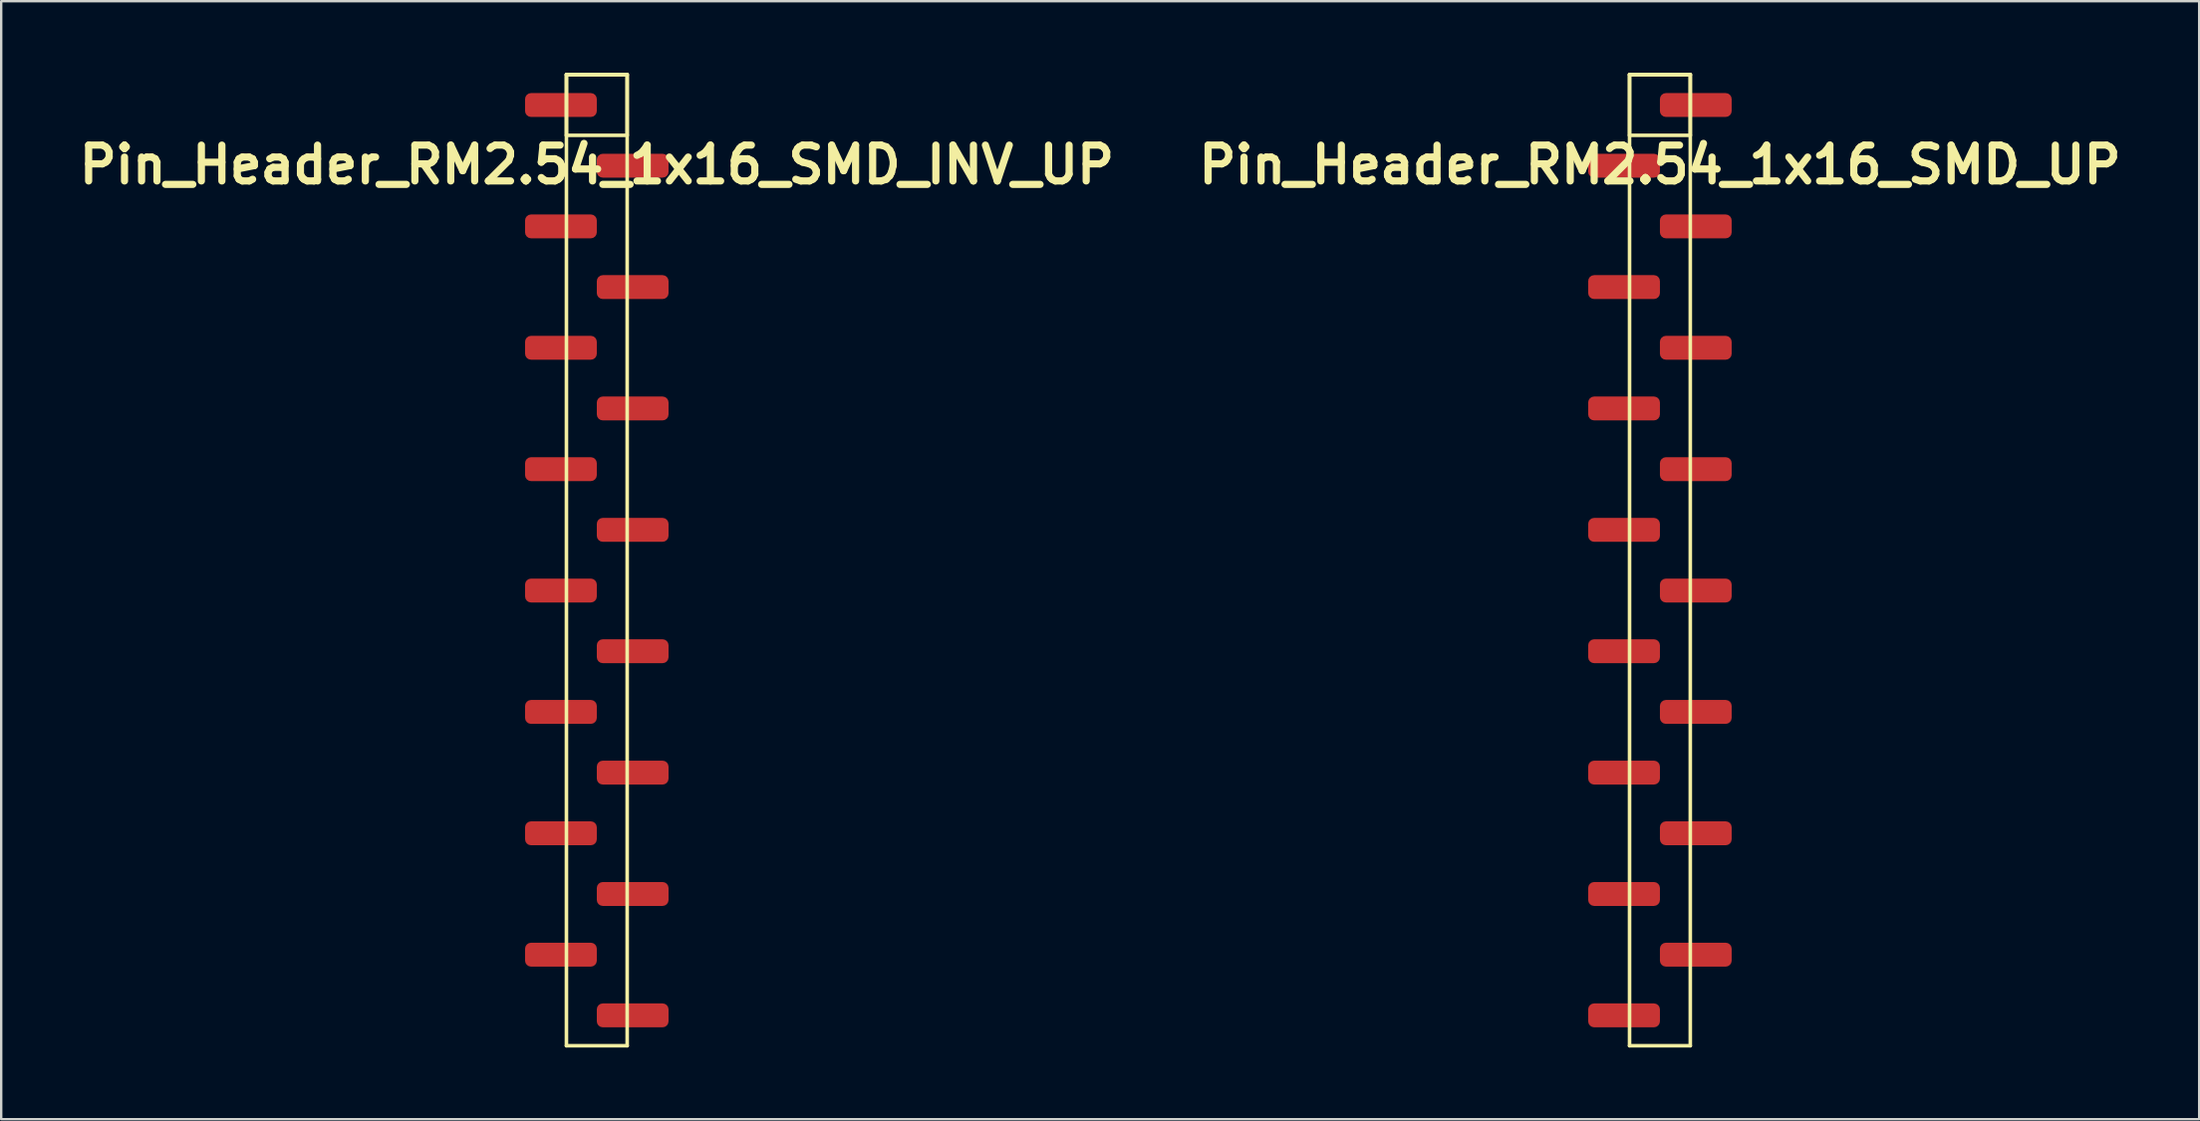
<source format=kicad_pcb>
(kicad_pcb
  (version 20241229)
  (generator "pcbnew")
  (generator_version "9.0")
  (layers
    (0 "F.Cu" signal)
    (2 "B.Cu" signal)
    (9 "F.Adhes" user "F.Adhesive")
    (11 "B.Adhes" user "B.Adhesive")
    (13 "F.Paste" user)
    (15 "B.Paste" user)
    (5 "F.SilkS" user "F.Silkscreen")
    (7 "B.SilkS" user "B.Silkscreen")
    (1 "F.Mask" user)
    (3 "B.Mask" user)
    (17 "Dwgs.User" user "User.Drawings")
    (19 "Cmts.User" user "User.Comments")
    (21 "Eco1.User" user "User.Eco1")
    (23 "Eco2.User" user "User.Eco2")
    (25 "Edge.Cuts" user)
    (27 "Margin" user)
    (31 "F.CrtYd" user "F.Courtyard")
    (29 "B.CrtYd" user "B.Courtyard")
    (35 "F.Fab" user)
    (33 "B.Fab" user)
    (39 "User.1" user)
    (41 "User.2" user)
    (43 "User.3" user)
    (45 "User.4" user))
  (footprint "Pin_Header_RM2.54_1x16_SMD_INV_UP"
    (layer "F.Cu")
    (at 21.907 1.345)
    (property "Reference" "Pin_Header_RM2.54_1x16_SMD_INV_UP" (at 0 2.5 0) (layer "F.SilkS") (effects (font (size 1.5 1.5) (thickness 0.3))))
    (attr through_hole)
    (fp_line (start -1.27 -1.27) (end 1.27 -1.27) (stroke (width 0.15) (type solid)) (layer "F.SilkS"))
    (fp_line (start -1.27 -1.27) (end 1.27 -1.27) (stroke (width 0.15) (type solid)) (layer "F.SilkS"))
    (fp_line (start -1.27 1.27) (end -1.27 -1.27) (stroke (width 0.15) (type solid)) (layer "F.SilkS"))
    (fp_line (start -1.27 39.37) (end -1.27 -1.27) (stroke (width 0.15) (type solid)) (layer "F.SilkS"))
    (fp_line (start 1.27 -1.27) (end 1.27 1.27) (stroke (width 0.15) (type solid)) (layer "F.SilkS"))
    (fp_line (start 1.27 -1.27) (end 1.27 39.37) (stroke (width 0.15) (type solid)) (layer "F.SilkS"))
    (fp_line (start 1.27 1.27) (end -1.27 1.27) (stroke (width 0.15) (type solid)) (layer "F.SilkS"))
    (fp_line (start 1.27 39.37) (end -1.27 39.37) (stroke (width 0.15) (type solid)) (layer "F.SilkS"))
    (pad "1" smd roundrect (at -1.5 0) (size 3 1) (layers "F.Cu" "F.Mask") (roundrect_rratio 0.25))
    (pad "2" smd roundrect (at 1.5 2.54) (size 3 1) (layers "F.Cu" "F.Mask") (roundrect_rratio 0.25))
    (pad "3" smd roundrect (at -1.5 5.08) (size 3 1) (layers "F.Cu" "F.Mask") (roundrect_rratio 0.25))
    (pad "4" smd roundrect (at 1.5 7.62) (size 3 1) (layers "F.Cu" "F.Mask") (roundrect_rratio 0.25))
    (pad "5" smd roundrect (at -1.5 10.16) (size 3 1) (layers "F.Cu" "F.Mask") (roundrect_rratio 0.25))
    (pad "6" smd roundrect (at 1.5 12.7) (size 3 1) (layers "F.Cu" "F.Mask") (roundrect_rratio 0.25))
    (pad "7" smd roundrect (at -1.5 15.24) (size 3 1) (layers "F.Cu" "F.Mask") (roundrect_rratio 0.25))
    (pad "8" smd roundrect (at 1.5 17.78) (size 3 1) (layers "F.Cu" "F.Mask") (roundrect_rratio 0.25))
    (pad "9" smd roundrect (at -1.5 20.32) (size 3 1) (layers "F.Cu" "F.Mask") (roundrect_rratio 0.25))
    (pad "10" smd roundrect (at 1.5 22.86) (size 3 1) (layers "F.Cu" "F.Mask") (roundrect_rratio 0.25))
    (pad "11" smd roundrect (at -1.5 25.4) (size 3 1) (layers "F.Cu" "F.Mask") (roundrect_rratio 0.25))
    (pad "12" smd roundrect (at 1.5 27.94) (size 3 1) (layers "F.Cu" "F.Mask") (roundrect_rratio 0.25))
    (pad "13" smd roundrect (at -1.5 30.48) (size 3 1) (layers "F.Cu" "F.Mask") (roundrect_rratio 0.25))
    (pad "14" smd roundrect (at 1.5 33.02) (size 3 1) (layers "F.Cu" "F.Mask") (roundrect_rratio 0.25))
    (pad "15" smd roundrect (at -1.5 35.56) (size 3 1) (layers "F.Cu" "F.Mask") (roundrect_rratio 0.25))
    (pad "16" smd roundrect (at 1.5 38.1) (size 3 1) (layers "F.Cu" "F.Mask") (roundrect_rratio 0.25)))
  (footprint "Pin_Header_RM2.54_1x16_SMD_UP"
    (layer "F.Cu")
    (at 66.364 1.345)
    (property "Reference" "Pin_Header_RM2.54_1x16_SMD_UP" (at 0 2.5 0) (layer "F.SilkS") (effects (font (size 1.5 1.5) (thickness 0.3))))
    (attr through_hole)
    (fp_line (start -1.27 -1.27) (end 1.27 -1.27) (stroke (width 0.15) (type solid)) (layer "F.SilkS"))
    (fp_line (start -1.27 -1.27) (end 1.27 -1.27) (stroke (width 0.15) (type solid)) (layer "F.SilkS"))
    (fp_line (start -1.27 1.27) (end -1.27 -1.27) (stroke (width 0.15) (type solid)) (layer "F.SilkS"))
    (fp_line (start -1.27 39.37) (end -1.27 -1.27) (stroke (width 0.15) (type solid)) (layer "F.SilkS"))
    (fp_line (start 1.27 -1.27) (end 1.27 1.27) (stroke (width 0.15) (type solid)) (layer "F.SilkS"))
    (fp_line (start 1.27 -1.27) (end 1.27 39.37) (stroke (width 0.15) (type solid)) (layer "F.SilkS"))
    (fp_line (start 1.27 1.27) (end -1.27 1.27) (stroke (width 0.15) (type solid)) (layer "F.SilkS"))
    (fp_line (start 1.27 39.37) (end -1.27 39.37) (stroke (width 0.15) (type solid)) (layer "F.SilkS"))
    (pad "1" smd roundrect (at 1.5 0) (size 3 1) (layers "F.Cu" "F.Mask") (roundrect_rratio 0.25))
    (pad "2" smd roundrect (at -1.5 2.54) (size 3 1) (layers "F.Cu" "F.Mask") (roundrect_rratio 0.25))
    (pad "3" smd roundrect (at 1.5 5.08) (size 3 1) (layers "F.Cu" "F.Mask") (roundrect_rratio 0.25))
    (pad "4" smd roundrect (at -1.5 7.62) (size 3 1) (layers "F.Cu" "F.Mask") (roundrect_rratio 0.25))
    (pad "5" smd roundrect (at 1.5 10.16) (size 3 1) (layers "F.Cu" "F.Mask") (roundrect_rratio 0.25))
    (pad "6" smd roundrect (at -1.5 12.7) (size 3 1) (layers "F.Cu" "F.Mask") (roundrect_rratio 0.25))
    (pad "7" smd roundrect (at 1.5 15.24) (size 3 1) (layers "F.Cu" "F.Mask") (roundrect_rratio 0.25))
    (pad "8" smd roundrect (at -1.5 17.78) (size 3 1) (layers "F.Cu" "F.Mask") (roundrect_rratio 0.25))
    (pad "9" smd roundrect (at 1.5 20.32) (size 3 1) (layers "F.Cu" "F.Mask") (roundrect_rratio 0.25))
    (pad "10" smd roundrect (at -1.5 22.86) (size 3 1) (layers "F.Cu" "F.Mask") (roundrect_rratio 0.25))
    (pad "11" smd roundrect (at 1.5 25.4) (size 3 1) (layers "F.Cu" "F.Mask") (roundrect_rratio 0.25))
    (pad "12" smd roundrect (at -1.5 27.94) (size 3 1) (layers "F.Cu" "F.Mask") (roundrect_rratio 0.25))
    (pad "13" smd roundrect (at 1.5 30.48) (size 3 1) (layers "F.Cu" "F.Mask") (roundrect_rratio 0.25))
    (pad "14" smd roundrect (at -1.5 33.02) (size 3 1) (layers "F.Cu" "F.Mask") (roundrect_rratio 0.25))
    (pad "15" smd roundrect (at 1.5 35.56) (size 3 1) (layers "F.Cu" "F.Mask") (roundrect_rratio 0.25))
    (pad "16" smd roundrect (at -1.5 38.1) (size 3 1) (layers "F.Cu" "F.Mask") (roundrect_rratio 0.25)))
  (gr_rect
    (start -3 -3)
    (end 88.914 43.79)
    (stroke (width 0.1) (type default))
    (fill no)
    (layer "Edge.Cuts")))
</source>
